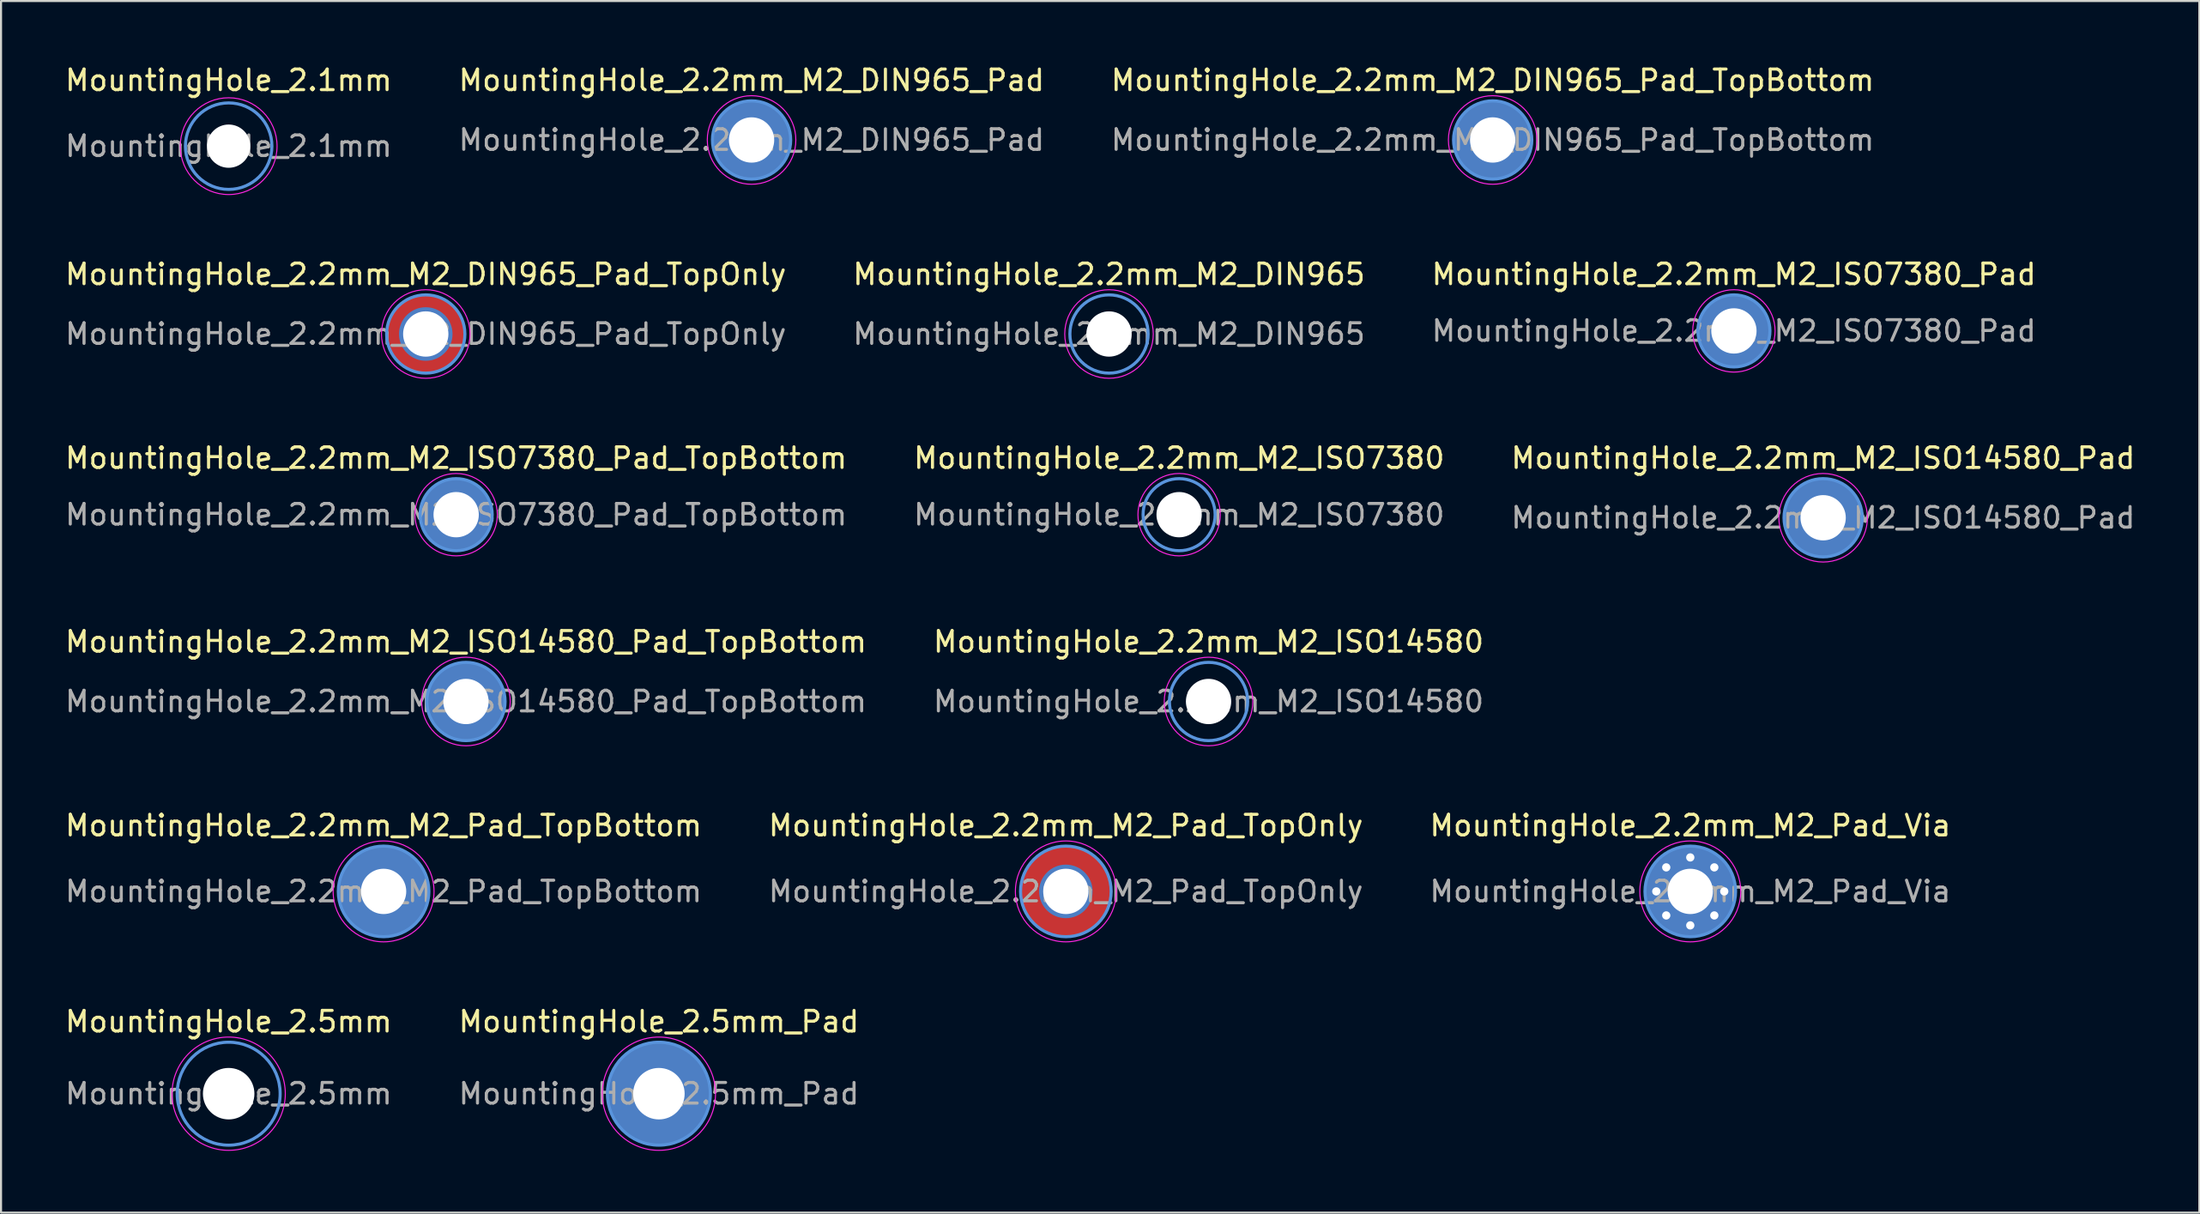
<source format=kicad_pcb>
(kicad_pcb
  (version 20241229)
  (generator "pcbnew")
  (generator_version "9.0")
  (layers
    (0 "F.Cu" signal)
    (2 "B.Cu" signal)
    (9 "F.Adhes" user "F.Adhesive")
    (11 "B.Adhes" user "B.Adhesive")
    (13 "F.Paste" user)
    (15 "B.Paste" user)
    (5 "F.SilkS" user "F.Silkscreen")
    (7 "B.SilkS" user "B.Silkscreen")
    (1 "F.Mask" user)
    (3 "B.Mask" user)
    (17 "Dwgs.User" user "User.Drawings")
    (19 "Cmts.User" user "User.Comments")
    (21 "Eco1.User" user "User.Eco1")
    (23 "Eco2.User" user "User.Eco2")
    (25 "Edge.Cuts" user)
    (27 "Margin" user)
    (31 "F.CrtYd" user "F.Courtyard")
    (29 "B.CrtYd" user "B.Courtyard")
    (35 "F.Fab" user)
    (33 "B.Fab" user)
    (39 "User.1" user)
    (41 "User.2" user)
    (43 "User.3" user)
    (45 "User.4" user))
  (footprint "MountingHole_2.5mm"
    (layer "F.Cu")
    (at 8.054 50.065)
    (property "Reference" "MountingHole_2.5mm" (at 0 -3.5 0) (layer "F.SilkS") (effects (font (size 1 1) (thickness 0.15))))
    (attr exclude_from_pos_files exclude_from_bom)
    (fp_circle (center 0 0) (end 2.5 0) (stroke (width 0.15) (type solid)) (fill no) (layer "Cmts.User"))
    (fp_circle (center 0 0) (end 2.75 0) (stroke (width 0.05) (type solid)) (fill no) (layer "F.CrtYd"))
    (fp_text user "${REFERENCE}" (at 0 0 0) (layer "F.Fab") (effects (font (size 1 1) (thickness 0.15))))
    (pad "" np_thru_hole circle (at 0 0) (size 2.5 2.5) (drill 2.5) (layers "*.Cu" "*.Mask")))
  (footprint "MountingHole_2.2mm_M2_Pad_Via"
    (layer "F.Cu")
    (at 79.03 40.241)
    (property "Reference" "MountingHole_2.2mm_M2_Pad_Via" (at 0 -3.2 0) (layer "F.SilkS") (effects (font (size 1 1) (thickness 0.15))))
    (attr exclude_from_pos_files exclude_from_bom)
    (fp_circle (center 0 0) (end 2.2 0) (stroke (width 0.15) (type solid)) (fill no) (layer "Cmts.User"))
    (fp_circle (center 0 0) (end 2.45 0) (stroke (width 0.05) (type solid)) (fill no) (layer "F.CrtYd"))
    (fp_text user "${REFERENCE}" (at 0 0 0) (layer "F.Fab") (effects (font (size 1 1) (thickness 0.15))))
    (pad "1" thru_hole circle (at -1.65 0) (size 0.7 0.7) (drill 0.4) (layers "*.Cu" "*.Mask"))
    (pad "1" thru_hole circle (at -1.167 -1.167) (size 0.7 0.7) (drill 0.4) (layers "*.Cu" "*.Mask"))
    (pad "1" thru_hole circle (at -1.167 1.167) (size 0.7 0.7) (drill 0.4) (layers "*.Cu" "*.Mask"))
    (pad "1" thru_hole circle (at 0 -1.65) (size 0.7 0.7) (drill 0.4) (layers "*.Cu" "*.Mask"))
    (pad "1" thru_hole circle (at 0 0) (size 4.4 4.4) (drill 2.2) (layers "*.Cu" "*.Mask"))
    (pad "1" thru_hole circle (at 0 1.65) (size 0.7 0.7) (drill 0.4) (layers "*.Cu" "*.Mask"))
    (pad "1" thru_hole circle (at 1.167 -1.167) (size 0.7 0.7) (drill 0.4) (layers "*.Cu" "*.Mask"))
    (pad "1" thru_hole circle (at 1.167 1.167) (size 0.7 0.7) (drill 0.4) (layers "*.Cu" "*.Mask"))
    (pad "1" thru_hole circle (at 1.65 0) (size 0.7 0.7) (drill 0.4) (layers "*.Cu" "*.Mask")))
  (footprint "MountingHole_2.2mm_M2_ISO14580_Pad_TopBottom"
    (layer "F.Cu")
    (at 19.577 31.018)
    (property "Reference" "MountingHole_2.2mm_M2_ISO14580_Pad_TopBottom" (at 0 -2.9 0) (layer "F.SilkS") (effects (font (size 1 1) (thickness 0.15))))
    (attr exclude_from_pos_files exclude_from_bom)
    (fp_circle (center 0 0) (end 1.9 0) (stroke (width 0.15) (type solid)) (fill no) (layer "Cmts.User"))
    (fp_circle (center 0 0) (end 2.15 0) (stroke (width 0.05) (type solid)) (fill no) (layer "F.CrtYd"))
    (fp_text user "${REFERENCE}" (at 0 0 0) (layer "F.Fab") (effects (font (size 1 1) (thickness 0.15))))
    (pad "1" thru_hole circle (at 0 0) (size 2.6 2.6) (drill 2.2) (layers "*.Cu" "*.Mask"))
    (pad "1" connect circle (at 0 0) (size 3.8 3.8) (layers "F.Cu" "F.Mask"))
    (pad "1" connect circle (at 0 0) (size 3.8 3.8) (layers "B.Cu" "B.Mask")))
  (footprint "MountingHole_2.2mm_M2_DIN965_Pad"
    (layer "F.Cu")
    (at 33.446 3.748)
    (property "Reference" "MountingHole_2.2mm_M2_DIN965_Pad" (at 0 -2.9 0) (layer "F.SilkS") (effects (font (size 1 1) (thickness 0.15))))
    (attr exclude_from_pos_files exclude_from_bom)
    (fp_circle (center 0 0) (end 1.9 0) (stroke (width 0.15) (type solid)) (fill no) (layer "Cmts.User"))
    (fp_circle (center 0 0) (end 2.15 0) (stroke (width 0.05) (type solid)) (fill no) (layer "F.CrtYd"))
    (fp_text user "${REFERENCE}" (at 0 0 0) (layer "F.Fab") (effects (font (size 1 1) (thickness 0.15))))
    (pad "1" thru_hole circle (at 0 0) (size 3.8 3.8) (drill 2.2) (layers "*.Cu" "*.Mask")))
  (footprint "MountingHole_2.2mm_M2_DIN965_Pad_TopOnly"
    (layer "F.Cu")
    (at 17.625 13.171)
    (property "Reference" "MountingHole_2.2mm_M2_DIN965_Pad_TopOnly" (at 0 -2.9 0) (layer "F.SilkS") (effects (font (size 1 1) (thickness 0.15))))
    (attr exclude_from_pos_files exclude_from_bom)
    (fp_circle (center 0 0) (end 1.9 0) (stroke (width 0.15) (type solid)) (fill no) (layer "Cmts.User"))
    (fp_circle (center 0 0) (end 2.15 0) (stroke (width 0.05) (type solid)) (fill no) (layer "F.CrtYd"))
    (fp_text user "${REFERENCE}" (at 0 0 0) (layer "F.Fab") (effects (font (size 1 1) (thickness 0.15))))
    (pad "1" thru_hole circle (at 0 0) (size 2.6 2.6) (drill 2.2) (layers "*.Cu" "*.Mask"))
    (pad "1" connect circle (at 0 0) (size 3.8 3.8) (layers "F.Cu" "F.Mask")))
  (footprint "MountingHole_2.2mm_M2_ISO7380_Pad_TopBottom"
    (layer "F.Cu")
    (at 19.101 21.945)
    (property "Reference" "MountingHole_2.2mm_M2_ISO7380_Pad_TopBottom" (at 0 -2.75 0) (layer "F.SilkS") (effects (font (size 1 1) (thickness 0.15))))
    (attr exclude_from_pos_files exclude_from_bom)
    (fp_circle (center 0 0) (end 1.75 0) (stroke (width 0.15) (type solid)) (fill no) (layer "Cmts.User"))
    (fp_circle (center 0 0) (end 2 0) (stroke (width 0.05) (type solid)) (fill no) (layer "F.CrtYd"))
    (fp_text user "${REFERENCE}" (at 0 0 0) (layer "F.Fab") (effects (font (size 1 1) (thickness 0.15))))
    (pad "1" thru_hole circle (at 0 0) (size 2.6 2.6) (drill 2.2) (layers "*.Cu" "*.Mask"))
    (pad "1" connect circle (at 0 0) (size 3.5 3.5) (layers "F.Cu" "F.Mask"))
    (pad "1" connect circle (at 0 0) (size 3.5 3.5) (layers "B.Cu" "B.Mask")))
  (footprint "MountingHole_2.1mm"
    (layer "F.Cu")
    (at 8.054 4.048)
    (property "Reference" "MountingHole_2.1mm" (at 0 -3.2 0) (layer "F.SilkS") (effects (font (size 1 1) (thickness 0.15))))
    (attr exclude_from_pos_files exclude_from_bom)
    (fp_circle (center 0 0) (end 2.1 0) (stroke (width 0.15) (type solid)) (fill no) (layer "Cmts.User"))
    (fp_circle (center 0 0) (end 2.35 0) (stroke (width 0.05) (type solid)) (fill no) (layer "F.CrtYd"))
    (fp_text user "${REFERENCE}" (at 0 0 0) (layer "F.Fab") (effects (font (size 1 1) (thickness 0.15))))
    (pad "" np_thru_hole circle (at 0 0) (size 2.1 2.1) (drill 2.1) (layers "*.Cu" "*.Mask")))
  (footprint "MountingHole_2.2mm_M2_Pad_TopBottom"
    (layer "F.Cu")
    (at 15.577 40.241)
    (property "Reference" "MountingHole_2.2mm_M2_Pad_TopBottom" (at 0 -3.2 0) (layer "F.SilkS") (effects (font (size 1 1) (thickness 0.15))))
    (attr exclude_from_pos_files exclude_from_bom)
    (fp_circle (center 0 0) (end 2.2 0) (stroke (width 0.15) (type solid)) (fill no) (layer "Cmts.User"))
    (fp_circle (center 0 0) (end 2.45 0) (stroke (width 0.05) (type solid)) (fill no) (layer "F.CrtYd"))
    (fp_text user "${REFERENCE}" (at 0 0 0) (layer "F.Fab") (effects (font (size 1 1) (thickness 0.15))))
    (pad "1" thru_hole circle (at 0 0) (size 2.6 2.6) (drill 2.2) (layers "*.Cu" "*.Mask"))
    (pad "1" connect circle (at 0 0) (size 4.4 4.4) (layers "F.Cu" "F.Mask"))
    (pad "1" connect circle (at 0 0) (size 4.4 4.4) (layers "B.Cu" "B.Mask")))
  (footprint "MountingHole_2.2mm_M2_ISO7380_Pad"
    (layer "F.Cu")
    (at 81.149 13.021)
    (property "Reference" "MountingHole_2.2mm_M2_ISO7380_Pad" (at 0 -2.75 0) (layer "F.SilkS") (effects (font (size 1 1) (thickness 0.15))))
    (attr exclude_from_pos_files exclude_from_bom)
    (fp_circle (center 0 0) (end 1.75 0) (stroke (width 0.15) (type solid)) (fill no) (layer "Cmts.User"))
    (fp_circle (center 0 0) (end 2 0) (stroke (width 0.05) (type solid)) (fill no) (layer "F.CrtYd"))
    (fp_text user "${REFERENCE}" (at 0 0 0) (layer "F.Fab") (effects (font (size 1 1) (thickness 0.15))))
    (pad "1" thru_hole circle (at 0 0) (size 3.5 3.5) (drill 2.2) (layers "*.Cu" "*.Mask")))
  (footprint "MountingHole_2.5mm_Pad"
    (layer "F.Cu")
    (at 28.946 50.065)
    (property "Reference" "MountingHole_2.5mm_Pad" (at 0 -3.5 0) (layer "F.SilkS") (effects (font (size 1 1) (thickness 0.15))))
    (attr exclude_from_pos_files exclude_from_bom)
    (fp_circle (center 0 0) (end 2.5 0) (stroke (width 0.15) (type solid)) (fill no) (layer "Cmts.User"))
    (fp_circle (center 0 0) (end 2.75 0) (stroke (width 0.05) (type solid)) (fill no) (layer "F.CrtYd"))
    (fp_text user "${REFERENCE}" (at 0 0 0) (layer "F.Fab") (effects (font (size 1 1) (thickness 0.15))))
    (pad "1" thru_hole circle (at 0 0) (size 5 5) (drill 2.5) (layers "*.Cu" "*.Mask")))
  (footprint "MountingHole_2.2mm_M2_ISO7380"
    (layer "F.Cu")
    (at 54.208 21.945)
    (property "Reference" "MountingHole_2.2mm_M2_ISO7380" (at 0 -2.75 0) (layer "F.SilkS") (effects (font (size 1 1) (thickness 0.15))))
    (attr exclude_from_pos_files exclude_from_bom)
    (fp_circle (center 0 0) (end 1.75 0) (stroke (width 0.15) (type solid)) (fill no) (layer "Cmts.User"))
    (fp_circle (center 0 0) (end 2 0) (stroke (width 0.05) (type solid)) (fill no) (layer "F.CrtYd"))
    (fp_text user "${REFERENCE}" (at 0 0 0) (layer "F.Fab") (effects (font (size 1 1) (thickness 0.15))))
    (pad "" np_thru_hole circle (at 0 0) (size 2.2 2.2) (drill 2.2) (layers "*.Cu" "*.Mask")))
  (footprint "MountingHole_2.2mm_M2_DIN965"
    (layer "F.Cu")
    (at 50.804 13.171)
    (property "Reference" "MountingHole_2.2mm_M2_DIN965" (at 0 -2.9 0) (layer "F.SilkS") (effects (font (size 1 1) (thickness 0.15))))
    (attr exclude_from_pos_files exclude_from_bom)
    (fp_circle (center 0 0) (end 1.9 0) (stroke (width 0.15) (type solid)) (fill no) (layer "Cmts.User"))
    (fp_circle (center 0 0) (end 2.15 0) (stroke (width 0.05) (type solid)) (fill no) (layer "F.CrtYd"))
    (fp_text user "${REFERENCE}" (at 0 0 0) (layer "F.Fab") (effects (font (size 1 1) (thickness 0.15))))
    (pad "" np_thru_hole circle (at 0 0) (size 2.2 2.2) (drill 2.2) (layers "*.Cu" "*.Mask")))
  (footprint "MountingHole_2.2mm_M2_ISO14580"
    (layer "F.Cu")
    (at 55.637 31.018)
    (property "Reference" "MountingHole_2.2mm_M2_ISO14580" (at 0 -2.9 0) (layer "F.SilkS") (effects (font (size 1 1) (thickness 0.15))))
    (attr exclude_from_pos_files exclude_from_bom)
    (fp_circle (center 0 0) (end 1.9 0) (stroke (width 0.15) (type solid)) (fill no) (layer "Cmts.User"))
    (fp_circle (center 0 0) (end 2.15 0) (stroke (width 0.05) (type solid)) (fill no) (layer "F.CrtYd"))
    (fp_text user "${REFERENCE}" (at 0 0 0) (layer "F.Fab") (effects (font (size 1 1) (thickness 0.15))))
    (pad "" np_thru_hole circle (at 0 0) (size 2.2 2.2) (drill 2.2) (layers "*.Cu" "*.Mask")))
  (footprint "MountingHole_2.2mm_M2_DIN965_Pad_TopBottom"
    (layer "F.Cu")
    (at 69.435 3.748)
    (property "Reference" "MountingHole_2.2mm_M2_DIN965_Pad_TopBottom" (at 0 -2.9 0) (layer "F.SilkS") (effects (font (size 1 1) (thickness 0.15))))
    (attr exclude_from_pos_files exclude_from_bom)
    (fp_circle (center 0 0) (end 1.9 0) (stroke (width 0.15) (type solid)) (fill no) (layer "Cmts.User"))
    (fp_circle (center 0 0) (end 2.15 0) (stroke (width 0.05) (type solid)) (fill no) (layer "F.CrtYd"))
    (fp_text user "${REFERENCE}" (at 0 0 0) (layer "F.Fab") (effects (font (size 1 1) (thickness 0.15))))
    (pad "1" thru_hole circle (at 0 0) (size 2.6 2.6) (drill 2.2) (layers "*.Cu" "*.Mask"))
    (pad "1" connect circle (at 0 0) (size 3.8 3.8) (layers "F.Cu" "F.Mask"))
    (pad "1" connect circle (at 0 0) (size 3.8 3.8) (layers "B.Cu" "B.Mask")))
  (footprint "MountingHole_2.2mm_M2_Pad_TopOnly"
    (layer "F.Cu")
    (at 48.708 40.241)
    (property "Reference" "MountingHole_2.2mm_M2_Pad_TopOnly" (at 0 -3.2 0) (layer "F.SilkS") (effects (font (size 1 1) (thickness 0.15))))
    (attr exclude_from_pos_files exclude_from_bom)
    (fp_circle (center 0 0) (end 2.2 0) (stroke (width 0.15) (type solid)) (fill no) (layer "Cmts.User"))
    (fp_circle (center 0 0) (end 2.45 0) (stroke (width 0.05) (type solid)) (fill no) (layer "F.CrtYd"))
    (fp_text user "${REFERENCE}" (at 0 0 0) (layer "F.Fab") (effects (font (size 1 1) (thickness 0.15))))
    (pad "1" thru_hole circle (at 0 0) (size 2.6 2.6) (drill 2.2) (layers "*.Cu" "*.Mask"))
    (pad "1" connect circle (at 0 0) (size 4.4 4.4) (layers "F.Cu" "F.Mask")))
  (footprint "MountingHole_2.2mm_M2_ISO14580_Pad"
    (layer "F.Cu")
    (at 85.482 22.095)
    (property "Reference" "MountingHole_2.2mm_M2_ISO14580_Pad" (at 0 -2.9 0) (layer "F.SilkS") (effects (font (size 1 1) (thickness 0.15))))
    (attr exclude_from_pos_files exclude_from_bom)
    (fp_circle (center 0 0) (end 1.9 0) (stroke (width 0.15) (type solid)) (fill no) (layer "Cmts.User"))
    (fp_circle (center 0 0) (end 2.15 0) (stroke (width 0.05) (type solid)) (fill no) (layer "F.CrtYd"))
    (fp_text user "${REFERENCE}" (at 0 0 0) (layer "F.Fab") (effects (font (size 1 1) (thickness 0.15))))
    (pad "1" thru_hole circle (at 0 0) (size 3.8 3.8) (drill 2.2) (layers "*.Cu" "*.Mask")))
  (gr_rect
    (start -3 -3)
    (end 103.75 55.84)
    (stroke (width 0.1) (type default))
    (fill no)
    (layer "Edge.Cuts")))
</source>
